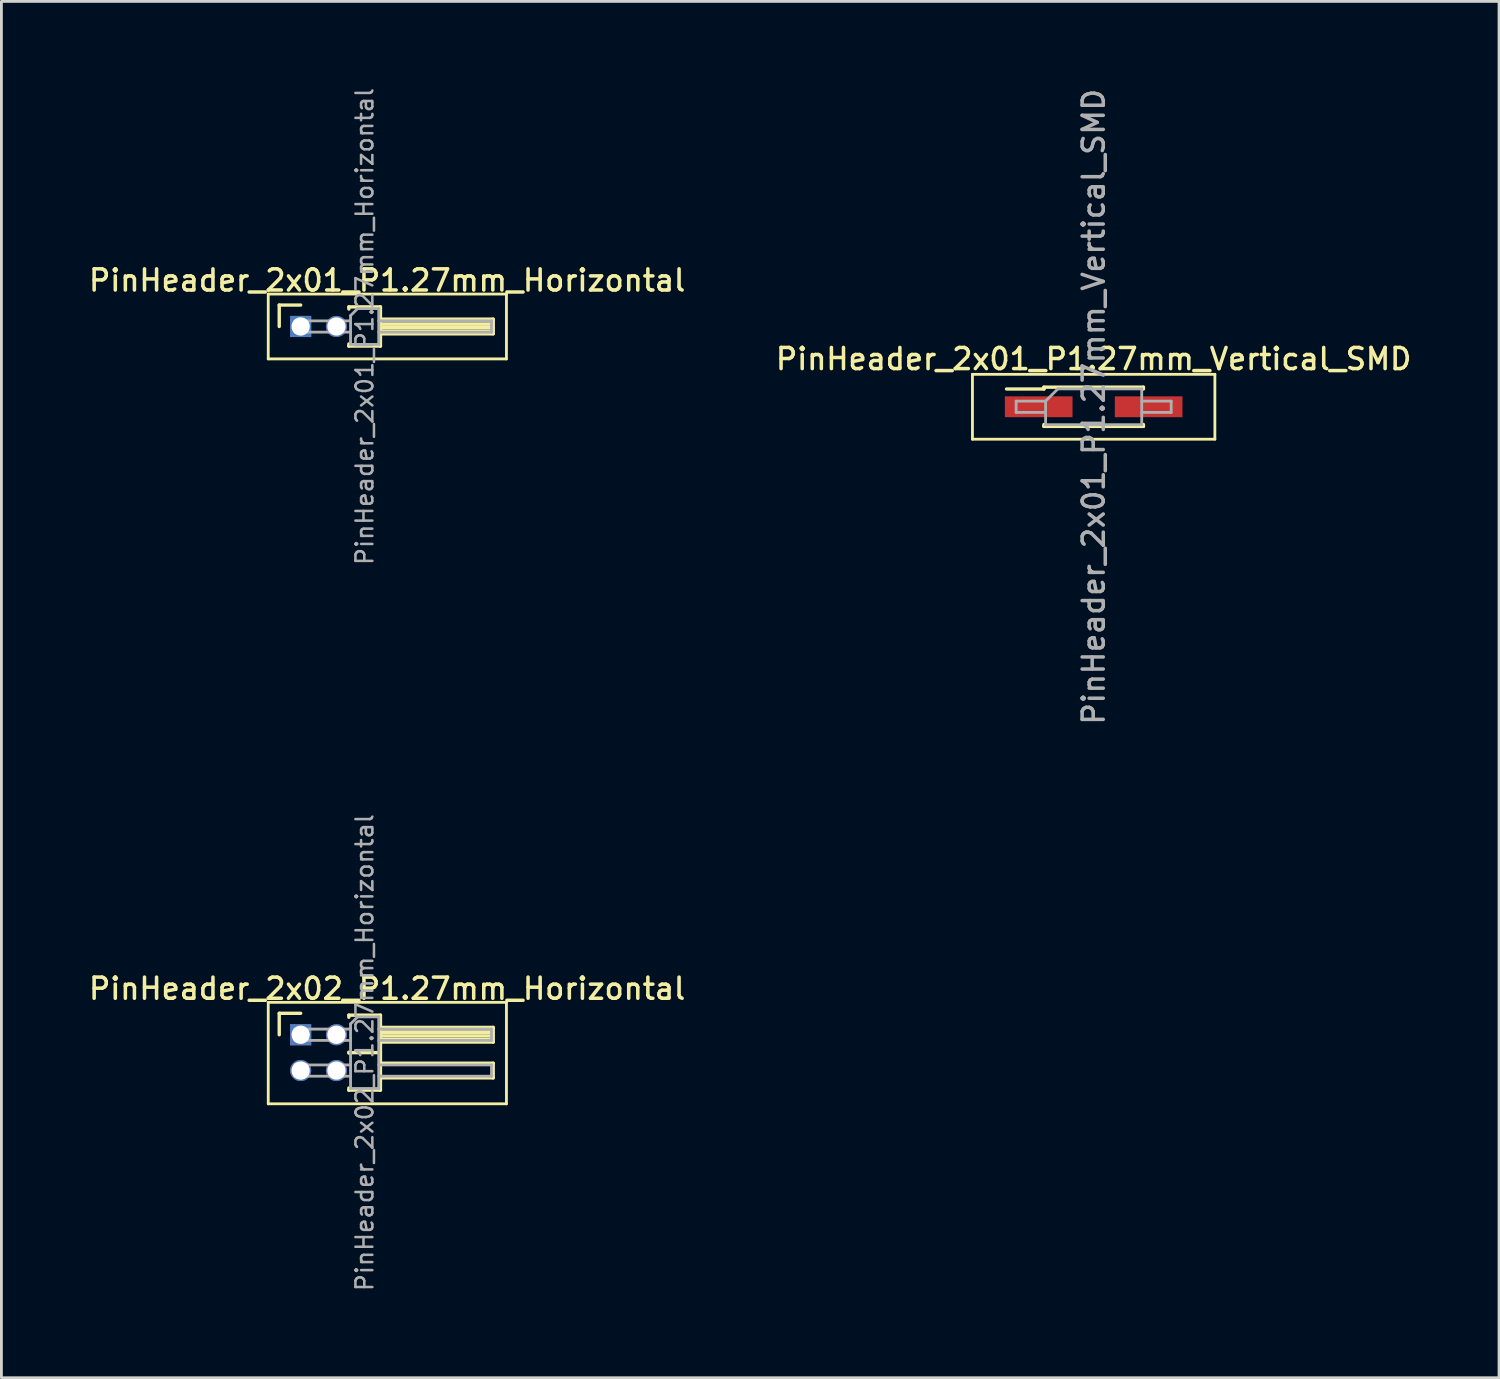
<source format=kicad_pcb>
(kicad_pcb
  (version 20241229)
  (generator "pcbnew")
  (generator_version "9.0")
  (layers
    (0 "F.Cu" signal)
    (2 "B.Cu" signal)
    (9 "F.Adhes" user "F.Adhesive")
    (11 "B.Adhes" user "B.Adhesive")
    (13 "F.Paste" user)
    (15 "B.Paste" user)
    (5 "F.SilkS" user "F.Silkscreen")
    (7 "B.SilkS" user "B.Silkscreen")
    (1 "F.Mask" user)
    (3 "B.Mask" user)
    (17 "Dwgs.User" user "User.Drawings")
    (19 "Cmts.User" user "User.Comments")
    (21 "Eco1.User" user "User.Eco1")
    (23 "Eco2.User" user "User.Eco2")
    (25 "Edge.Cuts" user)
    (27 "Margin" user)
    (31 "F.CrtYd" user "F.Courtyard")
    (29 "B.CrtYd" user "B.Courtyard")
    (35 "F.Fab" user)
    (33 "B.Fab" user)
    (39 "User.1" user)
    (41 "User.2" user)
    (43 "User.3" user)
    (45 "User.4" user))
  (footprint "PinHeader_2x01_P1.27mm_Vertical_SMD"
    (layer "F.Cu")
    (at 35.748 11.38)
    (property "Reference" "PinHeader_2x01_P1.27mm_Vertical_SMD" (at 0 -1.695 0) (layer "F.SilkS") (effects (font (size 0.75 0.75) (thickness 0.125))))
    (attr smd)
    (fp_line (start -4.3 -1.15) (end -4.3 1.15) (stroke (width 0.1) (type solid)) (layer "F.SilkS"))
    (fp_line (start -4.3 1.15) (end 4.3 1.15) (stroke (width 0.1) (type solid)) (layer "F.SilkS"))
    (fp_line (start -3.09 -0.63) (end -1.765 -0.63) (stroke (width 0.12) (type solid)) (layer "F.SilkS"))
    (fp_line (start -1.765 -0.695) (end -1.765 -0.63) (stroke (width 0.12) (type solid)) (layer "F.SilkS"))
    (fp_line (start -1.765 -0.695) (end 1.765 -0.695) (stroke (width 0.12) (type solid)) (layer "F.SilkS"))
    (fp_line (start -1.765 0.63) (end -1.765 0.695) (stroke (width 0.12) (type solid)) (layer "F.SilkS"))
    (fp_line (start -1.765 0.695) (end 1.765 0.695) (stroke (width 0.12) (type solid)) (layer "F.SilkS"))
    (fp_line (start 1.765 -0.695) (end 1.765 -0.63) (stroke (width 0.12) (type solid)) (layer "F.SilkS"))
    (fp_line (start 1.765 0.63) (end 1.765 0.695) (stroke (width 0.12) (type solid)) (layer "F.SilkS"))
    (fp_line (start 4.3 -1.15) (end -4.3 -1.15) (stroke (width 0.1) (type solid)) (layer "F.SilkS"))
    (fp_line (start 4.3 1.15) (end 4.3 -1.15) (stroke (width 0.1) (type solid)) (layer "F.SilkS"))
    (fp_line (start -2.75 -0.2) (end -2.75 0.2) (stroke (width 0.1) (type solid)) (layer "F.Fab"))
    (fp_line (start -2.75 0.2) (end -1.705 0.2) (stroke (width 0.1) (type solid)) (layer "F.Fab"))
    (fp_line (start -1.705 -0.2) (end -2.75 -0.2) (stroke (width 0.1) (type solid)) (layer "F.Fab"))
    (fp_line (start -1.705 -0.2) (end -1.27 -0.635) (stroke (width 0.1) (type solid)) (layer "F.Fab"))
    (fp_line (start -1.705 0.635) (end -1.705 -0.2) (stroke (width 0.1) (type solid)) (layer "F.Fab"))
    (fp_line (start -1.27 -0.635) (end 1.705 -0.635) (stroke (width 0.1) (type solid)) (layer "F.Fab"))
    (fp_line (start 1.705 -0.635) (end 1.705 0.635) (stroke (width 0.1) (type solid)) (layer "F.Fab"))
    (fp_line (start 1.705 -0.2) (end 2.75 -0.2) (stroke (width 0.1) (type solid)) (layer "F.Fab"))
    (fp_line (start 1.705 0.635) (end -1.705 0.635) (stroke (width 0.1) (type solid)) (layer "F.Fab"))
    (fp_line (start 2.75 -0.2) (end 2.75 0.2) (stroke (width 0.1) (type solid)) (layer "F.Fab"))
    (fp_line (start 2.75 0.2) (end 1.705 0.2) (stroke (width 0.1) (type solid)) (layer "F.Fab"))
    (fp_text user "${REFERENCE}" (at 0 0 90) (layer "F.Fab") (effects (font (size 0.75 0.75) (thickness 0.125))))
    (pad "1" smd rect (at -1.95 0) (size 2.4 0.74) (layers "F.Cu" "F.Mask" "F.Paste"))
    (pad "2" smd rect (at 1.95 0) (size 2.4 0.74) (layers "F.Cu" "F.Mask" "F.Paste")))
  (footprint "PinHeader_2x02_P1.27mm_Horizontal"
    (layer "F.Cu")
    (at 7.616 33.658)
    (property "Reference" "PinHeader_2x02_P1.27mm_Horizontal" (at 3.067 -1.635 0) (layer "F.SilkS") (effects (font (size 0.75 0.75) (thickness 0.125))))
    (attr through_hole)
    (fp_line (start -1.15 -1.15) (end -1.15 2.45) (stroke (width 0.1) (type solid)) (layer "F.SilkS"))
    (fp_line (start -1.15 2.45) (end 7.3 2.45) (stroke (width 0.1) (type solid)) (layer "F.SilkS"))
    (fp_line (start -0.76 -0.76) (end 0 -0.76) (stroke (width 0.12) (type solid)) (layer "F.SilkS"))
    (fp_line (start -0.76 0) (end -0.76 -0.76) (stroke (width 0.12) (type solid)) (layer "F.SilkS"))
    (fp_line (start 1.71 -0.695) (end 2.83 -0.695) (stroke (width 0.12) (type solid)) (layer "F.SilkS"))
    (fp_line (start 1.71 -0.62) (end 1.71 -0.695) (stroke (width 0.12) (type solid)) (layer "F.SilkS"))
    (fp_line (start 1.71 0.62) (end 1.71 0.65) (stroke (width 0.12) (type solid)) (layer "F.SilkS"))
    (fp_line (start 1.71 0.635) (end 2.83 0.635) (stroke (width 0.12) (type solid)) (layer "F.SilkS"))
    (fp_line (start 1.71 1.965) (end 1.71 1.89) (stroke (width 0.12) (type solid)) (layer "F.SilkS"))
    (fp_line (start 2.83 -0.695) (end 2.83 1.965) (stroke (width 0.12) (type solid)) (layer "F.SilkS"))
    (fp_line (start 2.83 -0.26) (end 6.83 -0.26) (stroke (width 0.12) (type solid)) (layer "F.SilkS"))
    (fp_line (start 2.83 -0.2) (end 6.83 -0.2) (stroke (width 0.12) (type solid)) (layer "F.SilkS"))
    (fp_line (start 2.83 -0.08) (end 6.83 -0.08) (stroke (width 0.12) (type solid)) (layer "F.SilkS"))
    (fp_line (start 2.83 0.04) (end 6.83 0.04) (stroke (width 0.12) (type solid)) (layer "F.SilkS"))
    (fp_line (start 2.83 0.16) (end 6.83 0.16) (stroke (width 0.12) (type solid)) (layer "F.SilkS"))
    (fp_line (start 2.83 1.01) (end 6.83 1.01) (stroke (width 0.12) (type solid)) (layer "F.SilkS"))
    (fp_line (start 2.83 1.965) (end 1.71 1.965) (stroke (width 0.12) (type solid)) (layer "F.SilkS"))
    (fp_line (start 6.83 -0.26) (end 6.83 0.26) (stroke (width 0.12) (type solid)) (layer "F.SilkS"))
    (fp_line (start 6.83 0.26) (end 2.83 0.26) (stroke (width 0.12) (type solid)) (layer "F.SilkS"))
    (fp_line (start 6.83 1.01) (end 6.83 1.53) (stroke (width 0.12) (type solid)) (layer "F.SilkS"))
    (fp_line (start 6.83 1.53) (end 2.83 1.53) (stroke (width 0.12) (type solid)) (layer "F.SilkS"))
    (fp_line (start 7.3 -1.15) (end -1.15 -1.15) (stroke (width 0.1) (type solid)) (layer "F.SilkS"))
    (fp_line (start 7.3 2.45) (end 7.3 -1.15) (stroke (width 0.1) (type solid)) (layer "F.SilkS"))
    (fp_line (start -0.2 -0.2) (end -0.2 0.2) (stroke (width 0.1) (type solid)) (layer "F.Fab"))
    (fp_line (start -0.2 -0.2) (end 1.77 -0.2) (stroke (width 0.1) (type solid)) (layer "F.Fab"))
    (fp_line (start -0.2 0.2) (end 1.77 0.2) (stroke (width 0.1) (type solid)) (layer "F.Fab"))
    (fp_line (start -0.2 1.07) (end -0.2 1.47) (stroke (width 0.1) (type solid)) (layer "F.Fab"))
    (fp_line (start -0.2 1.07) (end 1.77 1.07) (stroke (width 0.1) (type solid)) (layer "F.Fab"))
    (fp_line (start -0.2 1.47) (end 1.77 1.47) (stroke (width 0.1) (type solid)) (layer "F.Fab"))
    (fp_line (start 1.77 -0.385) (end 2.02 -0.635) (stroke (width 0.1) (type solid)) (layer "F.Fab"))
    (fp_line (start 1.77 1.905) (end 1.77 -0.385) (stroke (width 0.1) (type solid)) (layer "F.Fab"))
    (fp_line (start 2.02 -0.635) (end 2.77 -0.635) (stroke (width 0.1) (type solid)) (layer "F.Fab"))
    (fp_line (start 2.77 -0.635) (end 2.77 1.905) (stroke (width 0.1) (type solid)) (layer "F.Fab"))
    (fp_line (start 2.77 -0.2) (end 6.77 -0.2) (stroke (width 0.1) (type solid)) (layer "F.Fab"))
    (fp_line (start 2.77 0.2) (end 6.77 0.2) (stroke (width 0.1) (type solid)) (layer "F.Fab"))
    (fp_line (start 2.77 1.07) (end 6.77 1.07) (stroke (width 0.1) (type solid)) (layer "F.Fab"))
    (fp_line (start 2.77 1.47) (end 6.77 1.47) (stroke (width 0.1) (type solid)) (layer "F.Fab"))
    (fp_line (start 2.77 1.905) (end 1.77 1.905) (stroke (width 0.1) (type solid)) (layer "F.Fab"))
    (fp_line (start 6.77 -0.2) (end 6.77 0.2) (stroke (width 0.1) (type solid)) (layer "F.Fab"))
    (fp_line (start 6.77 1.07) (end 6.77 1.47) (stroke (width 0.1) (type solid)) (layer "F.Fab"))
    (fp_text user "${REFERENCE}" (at 2.27 0.635 90) (layer "F.Fab") (effects (font (size 0.6 0.6) (thickness 0.09))))
    (pad "1" thru_hole rect (at 0 0) (size 0.75 0.75) (drill 0.65) (layers "*.Cu" "*.Mask"))
    (pad "2" thru_hole oval (at 1.27 0) (size 0.75 0.75) (drill 0.65) (layers "*.Cu" "*.Mask"))
    (pad "3" thru_hole oval (at 0 1.27) (size 0.75 0.75) (drill 0.65) (layers "*.Cu" "*.Mask"))
    (pad "4" thru_hole oval (at 1.27 1.27) (size 0.75 0.75) (drill 0.65) (layers "*.Cu" "*.Mask")))
  (footprint "PinHeader_2x01_P1.27mm_Horizontal"
    (layer "F.Cu")
    (at 7.616 8.532)
    (property "Reference" "PinHeader_2x01_P1.27mm_Horizontal" (at 3.067 -1.635 0) (layer "F.SilkS") (effects (font (size 0.75 0.75) (thickness 0.125))))
    (attr through_hole)
    (fp_line (start -1.15 -1.15) (end -1.15 1.15) (stroke (width 0.1) (type solid)) (layer "F.SilkS"))
    (fp_line (start -1.15 1.15) (end 7.3 1.15) (stroke (width 0.1) (type solid)) (layer "F.SilkS"))
    (fp_line (start -0.76 -0.76) (end 0 -0.76) (stroke (width 0.12) (type solid)) (layer "F.SilkS"))
    (fp_line (start -0.76 0) (end -0.76 -0.76) (stroke (width 0.12) (type solid)) (layer "F.SilkS"))
    (fp_line (start 1.71 -0.695) (end 2.83 -0.695) (stroke (width 0.12) (type solid)) (layer "F.SilkS"))
    (fp_line (start 1.71 -0.62) (end 1.71 -0.695) (stroke (width 0.12) (type solid)) (layer "F.SilkS"))
    (fp_line (start 1.71 0.695) (end 1.71 0.62) (stroke (width 0.12) (type solid)) (layer "F.SilkS"))
    (fp_line (start 2.83 -0.695) (end 2.83 0.695) (stroke (width 0.12) (type solid)) (layer "F.SilkS"))
    (fp_line (start 2.83 -0.26) (end 6.83 -0.26) (stroke (width 0.12) (type solid)) (layer "F.SilkS"))
    (fp_line (start 2.83 -0.2) (end 6.83 -0.2) (stroke (width 0.12) (type solid)) (layer "F.SilkS"))
    (fp_line (start 2.83 -0.08) (end 6.83 -0.08) (stroke (width 0.12) (type solid)) (layer "F.SilkS"))
    (fp_line (start 2.83 0.04) (end 6.83 0.04) (stroke (width 0.12) (type solid)) (layer "F.SilkS"))
    (fp_line (start 2.83 0.16) (end 6.83 0.16) (stroke (width 0.12) (type solid)) (layer "F.SilkS"))
    (fp_line (start 2.83 0.695) (end 1.71 0.695) (stroke (width 0.12) (type solid)) (layer "F.SilkS"))
    (fp_line (start 6.83 -0.26) (end 6.83 0.26) (stroke (width 0.12) (type solid)) (layer "F.SilkS"))
    (fp_line (start 6.83 0.26) (end 2.83 0.26) (stroke (width 0.12) (type solid)) (layer "F.SilkS"))
    (fp_line (start 7.3 -1.15) (end -1.15 -1.15) (stroke (width 0.1) (type solid)) (layer "F.SilkS"))
    (fp_line (start 7.3 1.15) (end 7.3 -1.15) (stroke (width 0.1) (type solid)) (layer "F.SilkS"))
    (fp_line (start -0.2 -0.2) (end -0.2 0.2) (stroke (width 0.1) (type solid)) (layer "F.Fab"))
    (fp_line (start -0.2 -0.2) (end 1.77 -0.2) (stroke (width 0.1) (type solid)) (layer "F.Fab"))
    (fp_line (start -0.2 0.2) (end 1.77 0.2) (stroke (width 0.1) (type solid)) (layer "F.Fab"))
    (fp_line (start 1.77 -0.385) (end 2.02 -0.635) (stroke (width 0.1) (type solid)) (layer "F.Fab"))
    (fp_line (start 1.77 0.635) (end 1.77 -0.385) (stroke (width 0.1) (type solid)) (layer "F.Fab"))
    (fp_line (start 2.02 -0.635) (end 2.77 -0.635) (stroke (width 0.1) (type solid)) (layer "F.Fab"))
    (fp_line (start 2.77 -0.635) (end 2.77 0.635) (stroke (width 0.1) (type solid)) (layer "F.Fab"))
    (fp_line (start 2.77 -0.2) (end 6.77 -0.2) (stroke (width 0.1) (type solid)) (layer "F.Fab"))
    (fp_line (start 2.77 0.2) (end 6.77 0.2) (stroke (width 0.1) (type solid)) (layer "F.Fab"))
    (fp_line (start 2.77 0.635) (end 1.77 0.635) (stroke (width 0.1) (type solid)) (layer "F.Fab"))
    (fp_line (start 6.77 -0.2) (end 6.77 0.2) (stroke (width 0.1) (type solid)) (layer "F.Fab"))
    (fp_text user "${REFERENCE}" (at 2.27 0 90) (layer "F.Fab") (effects (font (size 0.6 0.6) (thickness 0.09))))
    (pad "1" thru_hole rect (at 0 0) (size 0.75 0.75) (drill 0.65) (layers "*.Cu" "*.Mask"))
    (pad "2" thru_hole oval (at 1.27 0) (size 0.75 0.75) (drill 0.65) (layers "*.Cu" "*.Mask")))
  (gr_rect
    (start -3 -3)
    (end 50.129 45.825)
    (stroke (width 0.1) (type default))
    (fill no)
    (layer "Edge.Cuts")))
</source>
